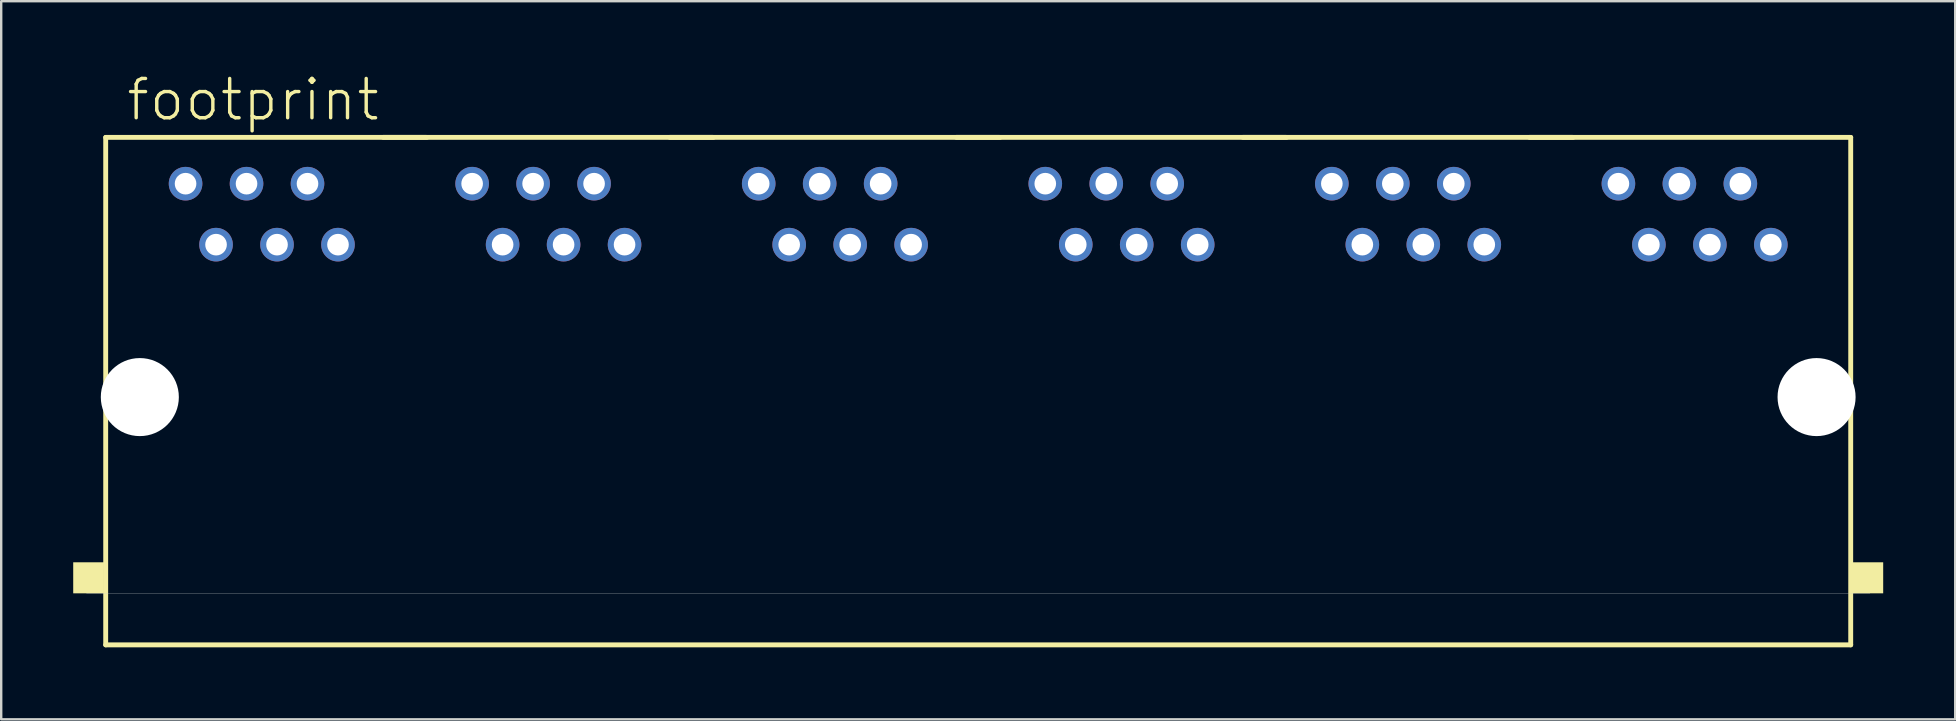
<source format=kicad_pcb>
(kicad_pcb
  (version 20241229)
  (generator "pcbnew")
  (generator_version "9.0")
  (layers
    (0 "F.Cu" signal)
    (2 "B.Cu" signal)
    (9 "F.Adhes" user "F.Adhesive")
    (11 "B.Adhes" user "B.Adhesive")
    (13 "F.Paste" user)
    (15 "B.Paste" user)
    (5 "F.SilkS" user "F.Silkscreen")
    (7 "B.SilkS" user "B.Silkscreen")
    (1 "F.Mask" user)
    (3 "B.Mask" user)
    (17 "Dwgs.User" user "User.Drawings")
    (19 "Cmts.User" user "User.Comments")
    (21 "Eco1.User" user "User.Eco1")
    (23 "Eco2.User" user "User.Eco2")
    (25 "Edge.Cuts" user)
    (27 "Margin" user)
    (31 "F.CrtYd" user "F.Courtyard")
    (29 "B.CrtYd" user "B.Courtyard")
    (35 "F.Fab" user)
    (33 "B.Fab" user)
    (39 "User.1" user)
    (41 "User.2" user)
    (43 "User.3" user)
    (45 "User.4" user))
  (footprint "footprint"
    (layer "F.Cu")
    (at 37.7 13.492)
    (property "Reference" "footprint" (at -35.56 -11.43 0) (layer "F.SilkS") (effects (font (size 1.636 1.636) (thickness 0.142)) (justify left bottom)))
    (fp_line (start -36.347 -10.819) (end -22.968 -10.819) (stroke (width 0.203) (type solid)) (layer "F.SilkS"))
    (fp_line (start -36.347 10.322) (end -36.347 -10.819) (stroke (width 0.203) (type solid)) (layer "F.SilkS"))
    (fp_line (start -24.784 -10.819) (end -11.03 -10.819) (stroke (width 0.203) (type solid)) (layer "F.SilkS"))
    (fp_line (start -12.846 -10.819) (end 0.908 -10.819) (stroke (width 0.203) (type solid)) (layer "F.SilkS"))
    (fp_line (start -0.908 -10.819) (end 12.846 -10.819) (stroke (width 0.203) (type solid)) (layer "F.SilkS"))
    (fp_line (start 11.03 -10.819) (end 24.784 -10.819) (stroke (width 0.203) (type solid)) (layer "F.SilkS"))
    (fp_line (start 22.968 -10.819) (end 36.347 -10.819) (stroke (width 0.203) (type solid)) (layer "F.SilkS"))
    (fp_line (start 36.347 -10.819) (end 36.347 10.322) (stroke (width 0.203) (type solid)) (layer "F.SilkS"))
    (fp_line (start 36.347 10.322) (end -36.347 10.322) (stroke (width 0.203) (type solid)) (layer "F.SilkS"))
    (fp_poly (pts (xy -37.7 8.175) (xy -36.42 8.175) (xy -36.42 6.882) (xy -37.7 6.882)) (stroke (width 0) (type solid)) (fill yes) (layer "F.SilkS"))
    (fp_poly (pts (xy 36.42 8.175) (xy 37.7 8.175) (xy 37.7 6.882) (xy 36.42 6.882)) (stroke (width 0) (type solid)) (fill yes) (layer "F.SilkS"))
    (fp_line (start 37.148 8.18) (end -37.148 8.18) (stroke (width 0.01) (type solid)) (layer "Edge.Cuts"))
    (pad "" np_thru_hole circle (at -34.925 0) (size 3.251 3.251) (drill 3.251) (layers "*.Cu" "*.Mask"))
    (pad "" np_thru_hole circle (at 34.925 0) (size 3.251 3.251) (drill 3.251) (layers "*.Cu" "*.Mask"))
    (pad "1-1" thru_hole circle (at -33.02 -8.89) (size 1.4 1.4) (drill 0.9) (layers "*.Cu" "*.Mask"))
    (pad "1-2" thru_hole circle (at -31.75 -6.35) (size 1.4 1.4) (drill 0.9) (layers "*.Cu" "*.Mask"))
    (pad "1-3" thru_hole circle (at -30.48 -8.89) (size 1.4 1.4) (drill 0.9) (layers "*.Cu" "*.Mask"))
    (pad "1-4" thru_hole circle (at -29.21 -6.35) (size 1.4 1.4) (drill 0.9) (layers "*.Cu" "*.Mask"))
    (pad "1-5" thru_hole circle (at -27.94 -8.89) (size 1.4 1.4) (drill 0.9) (layers "*.Cu" "*.Mask"))
    (pad "1-6" thru_hole circle (at -26.67 -6.35) (size 1.4 1.4) (drill 0.9) (layers "*.Cu" "*.Mask"))
    (pad "2-1" thru_hole circle (at -21.082 -8.89) (size 1.4 1.4) (drill 0.9) (layers "*.Cu" "*.Mask"))
    (pad "2-2" thru_hole circle (at -19.812 -6.35) (size 1.4 1.4) (drill 0.9) (layers "*.Cu" "*.Mask"))
    (pad "2-3" thru_hole circle (at -18.542 -8.89) (size 1.4 1.4) (drill 0.9) (layers "*.Cu" "*.Mask"))
    (pad "2-4" thru_hole circle (at -17.272 -6.35) (size 1.4 1.4) (drill 0.9) (layers "*.Cu" "*.Mask"))
    (pad "2-5" thru_hole circle (at -16.002 -8.89) (size 1.4 1.4) (drill 0.9) (layers "*.Cu" "*.Mask"))
    (pad "2-6" thru_hole circle (at -14.732 -6.35) (size 1.4 1.4) (drill 0.9) (layers "*.Cu" "*.Mask"))
    (pad "3-1" thru_hole circle (at -9.144 -8.89) (size 1.4 1.4) (drill 0.9) (layers "*.Cu" "*.Mask"))
    (pad "3-2" thru_hole circle (at -7.874 -6.35) (size 1.4 1.4) (drill 0.9) (layers "*.Cu" "*.Mask"))
    (pad "3-3" thru_hole circle (at -6.604 -8.89) (size 1.4 1.4) (drill 0.9) (layers "*.Cu" "*.Mask"))
    (pad "3-4" thru_hole circle (at -5.334 -6.35) (size 1.4 1.4) (drill 0.9) (layers "*.Cu" "*.Mask"))
    (pad "3-5" thru_hole circle (at -4.064 -8.89) (size 1.4 1.4) (drill 0.9) (layers "*.Cu" "*.Mask"))
    (pad "3-6" thru_hole circle (at -2.794 -6.35) (size 1.4 1.4) (drill 0.9) (layers "*.Cu" "*.Mask"))
    (pad "4-1" thru_hole circle (at 2.794 -8.89) (size 1.4 1.4) (drill 0.9) (layers "*.Cu" "*.Mask"))
    (pad "4-2" thru_hole circle (at 4.064 -6.35) (size 1.4 1.4) (drill 0.9) (layers "*.Cu" "*.Mask"))
    (pad "4-3" thru_hole circle (at 5.334 -8.89) (size 1.4 1.4) (drill 0.9) (layers "*.Cu" "*.Mask"))
    (pad "4-4" thru_hole circle (at 6.604 -6.35) (size 1.4 1.4) (drill 0.9) (layers "*.Cu" "*.Mask"))
    (pad "4-5" thru_hole circle (at 7.874 -8.89) (size 1.4 1.4) (drill 0.9) (layers "*.Cu" "*.Mask"))
    (pad "4-6" thru_hole circle (at 9.144 -6.35) (size 1.4 1.4) (drill 0.9) (layers "*.Cu" "*.Mask"))
    (pad "5-1" thru_hole circle (at 14.732 -8.89) (size 1.4 1.4) (drill 0.9) (layers "*.Cu" "*.Mask"))
    (pad "5-2" thru_hole circle (at 16.002 -6.35) (size 1.4 1.4) (drill 0.9) (layers "*.Cu" "*.Mask"))
    (pad "5-3" thru_hole circle (at 17.272 -8.89) (size 1.4 1.4) (drill 0.9) (layers "*.Cu" "*.Mask"))
    (pad "5-4" thru_hole circle (at 18.542 -6.35) (size 1.4 1.4) (drill 0.9) (layers "*.Cu" "*.Mask"))
    (pad "5-5" thru_hole circle (at 19.812 -8.89) (size 1.4 1.4) (drill 0.9) (layers "*.Cu" "*.Mask"))
    (pad "5-6" thru_hole circle (at 21.082 -6.35) (size 1.4 1.4) (drill 0.9) (layers "*.Cu" "*.Mask"))
    (pad "6-1" thru_hole circle (at 26.67 -8.89) (size 1.4 1.4) (drill 0.9) (layers "*.Cu" "*.Mask"))
    (pad "6-2" thru_hole circle (at 27.94 -6.35) (size 1.4 1.4) (drill 0.9) (layers "*.Cu" "*.Mask"))
    (pad "6-3" thru_hole circle (at 29.21 -8.89) (size 1.4 1.4) (drill 0.9) (layers "*.Cu" "*.Mask"))
    (pad "6-4" thru_hole circle (at 30.48 -6.35) (size 1.4 1.4) (drill 0.9) (layers "*.Cu" "*.Mask"))
    (pad "6-5" thru_hole circle (at 31.75 -8.89) (size 1.4 1.4) (drill 0.9) (layers "*.Cu" "*.Mask"))
    (pad "6-6" thru_hole circle (at 33.02 -6.35) (size 1.4 1.4) (drill 0.9) (layers "*.Cu" "*.Mask")))
  (gr_rect
    (start -3 -3)
    (end 78.4 26.916)
    (stroke (width 0.1) (type default))
    (fill no)
    (layer "Edge.Cuts")))
</source>
